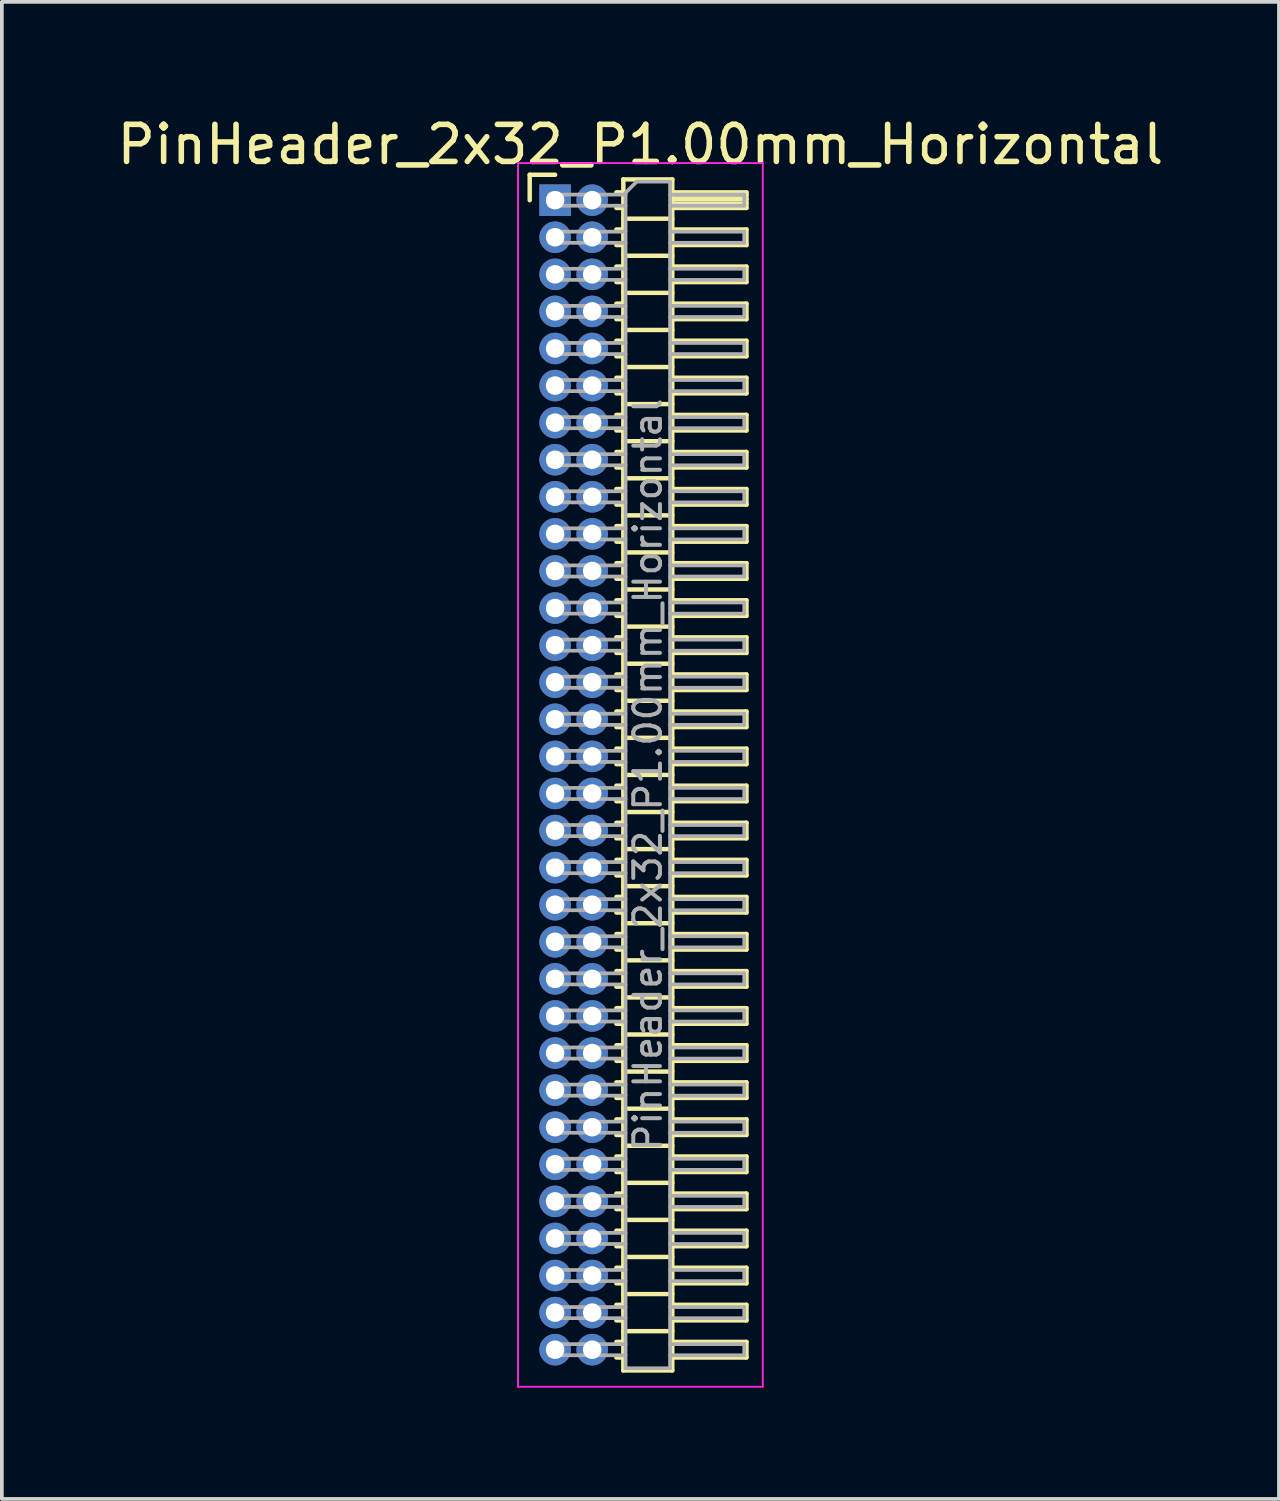
<source format=kicad_pcb>
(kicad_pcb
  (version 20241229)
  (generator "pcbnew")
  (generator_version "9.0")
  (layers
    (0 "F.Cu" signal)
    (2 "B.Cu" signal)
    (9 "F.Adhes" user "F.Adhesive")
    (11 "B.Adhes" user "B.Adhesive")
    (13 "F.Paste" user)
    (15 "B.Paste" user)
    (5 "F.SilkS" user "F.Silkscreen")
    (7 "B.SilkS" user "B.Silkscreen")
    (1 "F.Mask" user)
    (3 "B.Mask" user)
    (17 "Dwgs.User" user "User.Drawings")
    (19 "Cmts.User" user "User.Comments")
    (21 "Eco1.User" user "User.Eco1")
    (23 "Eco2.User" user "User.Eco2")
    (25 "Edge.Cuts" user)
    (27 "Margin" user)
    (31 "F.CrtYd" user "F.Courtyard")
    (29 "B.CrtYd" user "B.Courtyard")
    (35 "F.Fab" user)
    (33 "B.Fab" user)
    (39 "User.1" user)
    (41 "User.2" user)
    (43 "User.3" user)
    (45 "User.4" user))
  (footprint "PinHeader_2x32_P1.00mm_Horizontal"
    (layer "F.Cu")
    (at 11.92 2.348)
    (property "Reference" "PinHeader_2x32_P1.00mm_Horizontal" (at 2.3 -1.5 0) (layer "F.SilkS") (effects (font (size 1 1) (thickness 0.15))))
    (attr through_hole)
    (fp_line (start -0.685 -0.685) (end 0 -0.685) (stroke (width 0.12) (type solid)) (layer "F.SilkS"))
    (fp_line (start -0.685 0) (end -0.685 -0.685) (stroke (width 0.12) (type solid)) (layer "F.SilkS"))
    (fp_line (start 1.652 -0.21) (end 1.84 -0.21) (stroke (width 0.12) (type solid)) (layer "F.SilkS"))
    (fp_line (start 1.652 0.21) (end 1.84 0.21) (stroke (width 0.12) (type solid)) (layer "F.SilkS"))
    (fp_line (start 1.652 0.79) (end 1.84 0.79) (stroke (width 0.12) (type solid)) (layer "F.SilkS"))
    (fp_line (start 1.652 1.21) (end 1.84 1.21) (stroke (width 0.12) (type solid)) (layer "F.SilkS"))
    (fp_line (start 1.652 1.79) (end 1.84 1.79) (stroke (width 0.12) (type solid)) (layer "F.SilkS"))
    (fp_line (start 1.652 2.21) (end 1.84 2.21) (stroke (width 0.12) (type solid)) (layer "F.SilkS"))
    (fp_line (start 1.652 2.79) (end 1.84 2.79) (stroke (width 0.12) (type solid)) (layer "F.SilkS"))
    (fp_line (start 1.652 3.21) (end 1.84 3.21) (stroke (width 0.12) (type solid)) (layer "F.SilkS"))
    (fp_line (start 1.652 3.79) (end 1.84 3.79) (stroke (width 0.12) (type solid)) (layer "F.SilkS"))
    (fp_line (start 1.652 4.21) (end 1.84 4.21) (stroke (width 0.12) (type solid)) (layer "F.SilkS"))
    (fp_line (start 1.652 4.79) (end 1.84 4.79) (stroke (width 0.12) (type solid)) (layer "F.SilkS"))
    (fp_line (start 1.652 5.21) (end 1.84 5.21) (stroke (width 0.12) (type solid)) (layer "F.SilkS"))
    (fp_line (start 1.652 5.79) (end 1.84 5.79) (stroke (width 0.12) (type solid)) (layer "F.SilkS"))
    (fp_line (start 1.652 6.21) (end 1.84 6.21) (stroke (width 0.12) (type solid)) (layer "F.SilkS"))
    (fp_line (start 1.652 6.79) (end 1.84 6.79) (stroke (width 0.12) (type solid)) (layer "F.SilkS"))
    (fp_line (start 1.652 7.21) (end 1.84 7.21) (stroke (width 0.12) (type solid)) (layer "F.SilkS"))
    (fp_line (start 1.652 7.79) (end 1.84 7.79) (stroke (width 0.12) (type solid)) (layer "F.SilkS"))
    (fp_line (start 1.652 8.21) (end 1.84 8.21) (stroke (width 0.12) (type solid)) (layer "F.SilkS"))
    (fp_line (start 1.652 8.79) (end 1.84 8.79) (stroke (width 0.12) (type solid)) (layer "F.SilkS"))
    (fp_line (start 1.652 9.21) (end 1.84 9.21) (stroke (width 0.12) (type solid)) (layer "F.SilkS"))
    (fp_line (start 1.652 9.79) (end 1.84 9.79) (stroke (width 0.12) (type solid)) (layer "F.SilkS"))
    (fp_line (start 1.652 10.21) (end 1.84 10.21) (stroke (width 0.12) (type solid)) (layer "F.SilkS"))
    (fp_line (start 1.652 10.79) (end 1.84 10.79) (stroke (width 0.12) (type solid)) (layer "F.SilkS"))
    (fp_line (start 1.652 11.21) (end 1.84 11.21) (stroke (width 0.12) (type solid)) (layer "F.SilkS"))
    (fp_line (start 1.652 11.79) (end 1.84 11.79) (stroke (width 0.12) (type solid)) (layer "F.SilkS"))
    (fp_line (start 1.652 12.21) (end 1.84 12.21) (stroke (width 0.12) (type solid)) (layer "F.SilkS"))
    (fp_line (start 1.652 12.79) (end 1.84 12.79) (stroke (width 0.12) (type solid)) (layer "F.SilkS"))
    (fp_line (start 1.652 13.21) (end 1.84 13.21) (stroke (width 0.12) (type solid)) (layer "F.SilkS"))
    (fp_line (start 1.652 13.79) (end 1.84 13.79) (stroke (width 0.12) (type solid)) (layer "F.SilkS"))
    (fp_line (start 1.652 14.21) (end 1.84 14.21) (stroke (width 0.12) (type solid)) (layer "F.SilkS"))
    (fp_line (start 1.652 14.79) (end 1.84 14.79) (stroke (width 0.12) (type solid)) (layer "F.SilkS"))
    (fp_line (start 1.652 15.21) (end 1.84 15.21) (stroke (width 0.12) (type solid)) (layer "F.SilkS"))
    (fp_line (start 1.652 15.79) (end 1.84 15.79) (stroke (width 0.12) (type solid)) (layer "F.SilkS"))
    (fp_line (start 1.652 16.21) (end 1.84 16.21) (stroke (width 0.12) (type solid)) (layer "F.SilkS"))
    (fp_line (start 1.652 16.79) (end 1.84 16.79) (stroke (width 0.12) (type solid)) (layer "F.SilkS"))
    (fp_line (start 1.652 17.21) (end 1.84 17.21) (stroke (width 0.12) (type solid)) (layer "F.SilkS"))
    (fp_line (start 1.652 17.79) (end 1.84 17.79) (stroke (width 0.12) (type solid)) (layer "F.SilkS"))
    (fp_line (start 1.652 18.21) (end 1.84 18.21) (stroke (width 0.12) (type solid)) (layer "F.SilkS"))
    (fp_line (start 1.652 18.79) (end 1.84 18.79) (stroke (width 0.12) (type solid)) (layer "F.SilkS"))
    (fp_line (start 1.652 19.21) (end 1.84 19.21) (stroke (width 0.12) (type solid)) (layer "F.SilkS"))
    (fp_line (start 1.652 19.79) (end 1.84 19.79) (stroke (width 0.12) (type solid)) (layer "F.SilkS"))
    (fp_line (start 1.652 20.21) (end 1.84 20.21) (stroke (width 0.12) (type solid)) (layer "F.SilkS"))
    (fp_line (start 1.652 20.79) (end 1.84 20.79) (stroke (width 0.12) (type solid)) (layer "F.SilkS"))
    (fp_line (start 1.652 21.21) (end 1.84 21.21) (stroke (width 0.12) (type solid)) (layer "F.SilkS"))
    (fp_line (start 1.652 21.79) (end 1.84 21.79) (stroke (width 0.12) (type solid)) (layer "F.SilkS"))
    (fp_line (start 1.652 22.21) (end 1.84 22.21) (stroke (width 0.12) (type solid)) (layer "F.SilkS"))
    (fp_line (start 1.652 22.79) (end 1.84 22.79) (stroke (width 0.12) (type solid)) (layer "F.SilkS"))
    (fp_line (start 1.652 23.21) (end 1.84 23.21) (stroke (width 0.12) (type solid)) (layer "F.SilkS"))
    (fp_line (start 1.652 23.79) (end 1.84 23.79) (stroke (width 0.12) (type solid)) (layer "F.SilkS"))
    (fp_line (start 1.652 24.21) (end 1.84 24.21) (stroke (width 0.12) (type solid)) (layer "F.SilkS"))
    (fp_line (start 1.652 24.79) (end 1.84 24.79) (stroke (width 0.12) (type solid)) (layer "F.SilkS"))
    (fp_line (start 1.652 25.21) (end 1.84 25.21) (stroke (width 0.12) (type solid)) (layer "F.SilkS"))
    (fp_line (start 1.652 25.79) (end 1.84 25.79) (stroke (width 0.12) (type solid)) (layer "F.SilkS"))
    (fp_line (start 1.652 26.21) (end 1.84 26.21) (stroke (width 0.12) (type solid)) (layer "F.SilkS"))
    (fp_line (start 1.652 26.79) (end 1.84 26.79) (stroke (width 0.12) (type solid)) (layer "F.SilkS"))
    (fp_line (start 1.652 27.21) (end 1.84 27.21) (stroke (width 0.12) (type solid)) (layer "F.SilkS"))
    (fp_line (start 1.652 27.79) (end 1.84 27.79) (stroke (width 0.12) (type solid)) (layer "F.SilkS"))
    (fp_line (start 1.652 28.21) (end 1.84 28.21) (stroke (width 0.12) (type solid)) (layer "F.SilkS"))
    (fp_line (start 1.652 28.79) (end 1.84 28.79) (stroke (width 0.12) (type solid)) (layer "F.SilkS"))
    (fp_line (start 1.652 29.21) (end 1.84 29.21) (stroke (width 0.12) (type solid)) (layer "F.SilkS"))
    (fp_line (start 1.652 29.79) (end 1.84 29.79) (stroke (width 0.12) (type solid)) (layer "F.SilkS"))
    (fp_line (start 1.652 30.21) (end 1.84 30.21) (stroke (width 0.12) (type solid)) (layer "F.SilkS"))
    (fp_line (start 1.652 30.79) (end 1.84 30.79) (stroke (width 0.12) (type solid)) (layer "F.SilkS"))
    (fp_line (start 1.652 31.21) (end 1.84 31.21) (stroke (width 0.12) (type solid)) (layer "F.SilkS"))
    (fp_line (start 1.84 -0.56) (end 1.84 31.56) (stroke (width 0.12) (type solid)) (layer "F.SilkS"))
    (fp_line (start 1.84 0.5) (end 3.16 0.5) (stroke (width 0.12) (type solid)) (layer "F.SilkS"))
    (fp_line (start 1.84 1.5) (end 3.16 1.5) (stroke (width 0.12) (type solid)) (layer "F.SilkS"))
    (fp_line (start 1.84 2.5) (end 3.16 2.5) (stroke (width 0.12) (type solid)) (layer "F.SilkS"))
    (fp_line (start 1.84 3.5) (end 3.16 3.5) (stroke (width 0.12) (type solid)) (layer "F.SilkS"))
    (fp_line (start 1.84 4.5) (end 3.16 4.5) (stroke (width 0.12) (type solid)) (layer "F.SilkS"))
    (fp_line (start 1.84 5.5) (end 3.16 5.5) (stroke (width 0.12) (type solid)) (layer "F.SilkS"))
    (fp_line (start 1.84 6.5) (end 3.16 6.5) (stroke (width 0.12) (type solid)) (layer "F.SilkS"))
    (fp_line (start 1.84 7.5) (end 3.16 7.5) (stroke (width 0.12) (type solid)) (layer "F.SilkS"))
    (fp_line (start 1.84 8.5) (end 3.16 8.5) (stroke (width 0.12) (type solid)) (layer "F.SilkS"))
    (fp_line (start 1.84 9.5) (end 3.16 9.5) (stroke (width 0.12) (type solid)) (layer "F.SilkS"))
    (fp_line (start 1.84 10.5) (end 3.16 10.5) (stroke (width 0.12) (type solid)) (layer "F.SilkS"))
    (fp_line (start 1.84 11.5) (end 3.16 11.5) (stroke (width 0.12) (type solid)) (layer "F.SilkS"))
    (fp_line (start 1.84 12.5) (end 3.16 12.5) (stroke (width 0.12) (type solid)) (layer "F.SilkS"))
    (fp_line (start 1.84 13.5) (end 3.16 13.5) (stroke (width 0.12) (type solid)) (layer "F.SilkS"))
    (fp_line (start 1.84 14.5) (end 3.16 14.5) (stroke (width 0.12) (type solid)) (layer "F.SilkS"))
    (fp_line (start 1.84 15.5) (end 3.16 15.5) (stroke (width 0.12) (type solid)) (layer "F.SilkS"))
    (fp_line (start 1.84 16.5) (end 3.16 16.5) (stroke (width 0.12) (type solid)) (layer "F.SilkS"))
    (fp_line (start 1.84 17.5) (end 3.16 17.5) (stroke (width 0.12) (type solid)) (layer "F.SilkS"))
    (fp_line (start 1.84 18.5) (end 3.16 18.5) (stroke (width 0.12) (type solid)) (layer "F.SilkS"))
    (fp_line (start 1.84 19.5) (end 3.16 19.5) (stroke (width 0.12) (type solid)) (layer "F.SilkS"))
    (fp_line (start 1.84 20.5) (end 3.16 20.5) (stroke (width 0.12) (type solid)) (layer "F.SilkS"))
    (fp_line (start 1.84 21.5) (end 3.16 21.5) (stroke (width 0.12) (type solid)) (layer "F.SilkS"))
    (fp_line (start 1.84 22.5) (end 3.16 22.5) (stroke (width 0.12) (type solid)) (layer "F.SilkS"))
    (fp_line (start 1.84 23.5) (end 3.16 23.5) (stroke (width 0.12) (type solid)) (layer "F.SilkS"))
    (fp_line (start 1.84 24.5) (end 3.16 24.5) (stroke (width 0.12) (type solid)) (layer "F.SilkS"))
    (fp_line (start 1.84 25.5) (end 3.16 25.5) (stroke (width 0.12) (type solid)) (layer "F.SilkS"))
    (fp_line (start 1.84 26.5) (end 3.16 26.5) (stroke (width 0.12) (type solid)) (layer "F.SilkS"))
    (fp_line (start 1.84 27.5) (end 3.16 27.5) (stroke (width 0.12) (type solid)) (layer "F.SilkS"))
    (fp_line (start 1.84 28.5) (end 3.16 28.5) (stroke (width 0.12) (type solid)) (layer "F.SilkS"))
    (fp_line (start 1.84 29.5) (end 3.16 29.5) (stroke (width 0.12) (type solid)) (layer "F.SilkS"))
    (fp_line (start 1.84 30.5) (end 3.16 30.5) (stroke (width 0.12) (type solid)) (layer "F.SilkS"))
    (fp_line (start 1.84 31.56) (end 3.16 31.56) (stroke (width 0.12) (type solid)) (layer "F.SilkS"))
    (fp_line (start 3.16 -0.56) (end 1.84 -0.56) (stroke (width 0.12) (type solid)) (layer "F.SilkS"))
    (fp_line (start 3.16 -0.21) (end 5.16 -0.21) (stroke (width 0.12) (type solid)) (layer "F.SilkS"))
    (fp_line (start 3.16 -0.15) (end 5.16 -0.15) (stroke (width 0.12) (type solid)) (layer "F.SilkS"))
    (fp_line (start 3.16 -0.03) (end 5.16 -0.03) (stroke (width 0.12) (type solid)) (layer "F.SilkS"))
    (fp_line (start 3.16 0.09) (end 5.16 0.09) (stroke (width 0.12) (type solid)) (layer "F.SilkS"))
    (fp_line (start 3.16 0.79) (end 5.16 0.79) (stroke (width 0.12) (type solid)) (layer "F.SilkS"))
    (fp_line (start 3.16 1.79) (end 5.16 1.79) (stroke (width 0.12) (type solid)) (layer "F.SilkS"))
    (fp_line (start 3.16 2.79) (end 5.16 2.79) (stroke (width 0.12) (type solid)) (layer "F.SilkS"))
    (fp_line (start 3.16 3.79) (end 5.16 3.79) (stroke (width 0.12) (type solid)) (layer "F.SilkS"))
    (fp_line (start 3.16 4.79) (end 5.16 4.79) (stroke (width 0.12) (type solid)) (layer "F.SilkS"))
    (fp_line (start 3.16 5.79) (end 5.16 5.79) (stroke (width 0.12) (type solid)) (layer "F.SilkS"))
    (fp_line (start 3.16 6.79) (end 5.16 6.79) (stroke (width 0.12) (type solid)) (layer "F.SilkS"))
    (fp_line (start 3.16 7.79) (end 5.16 7.79) (stroke (width 0.12) (type solid)) (layer "F.SilkS"))
    (fp_line (start 3.16 8.79) (end 5.16 8.79) (stroke (width 0.12) (type solid)) (layer "F.SilkS"))
    (fp_line (start 3.16 9.79) (end 5.16 9.79) (stroke (width 0.12) (type solid)) (layer "F.SilkS"))
    (fp_line (start 3.16 10.79) (end 5.16 10.79) (stroke (width 0.12) (type solid)) (layer "F.SilkS"))
    (fp_line (start 3.16 11.79) (end 5.16 11.79) (stroke (width 0.12) (type solid)) (layer "F.SilkS"))
    (fp_line (start 3.16 12.79) (end 5.16 12.79) (stroke (width 0.12) (type solid)) (layer "F.SilkS"))
    (fp_line (start 3.16 13.79) (end 5.16 13.79) (stroke (width 0.12) (type solid)) (layer "F.SilkS"))
    (fp_line (start 3.16 14.79) (end 5.16 14.79) (stroke (width 0.12) (type solid)) (layer "F.SilkS"))
    (fp_line (start 3.16 15.79) (end 5.16 15.79) (stroke (width 0.12) (type solid)) (layer "F.SilkS"))
    (fp_line (start 3.16 16.79) (end 5.16 16.79) (stroke (width 0.12) (type solid)) (layer "F.SilkS"))
    (fp_line (start 3.16 17.79) (end 5.16 17.79) (stroke (width 0.12) (type solid)) (layer "F.SilkS"))
    (fp_line (start 3.16 18.79) (end 5.16 18.79) (stroke (width 0.12) (type solid)) (layer "F.SilkS"))
    (fp_line (start 3.16 19.79) (end 5.16 19.79) (stroke (width 0.12) (type solid)) (layer "F.SilkS"))
    (fp_line (start 3.16 20.79) (end 5.16 20.79) (stroke (width 0.12) (type solid)) (layer "F.SilkS"))
    (fp_line (start 3.16 21.79) (end 5.16 21.79) (stroke (width 0.12) (type solid)) (layer "F.SilkS"))
    (fp_line (start 3.16 22.79) (end 5.16 22.79) (stroke (width 0.12) (type solid)) (layer "F.SilkS"))
    (fp_line (start 3.16 23.79) (end 5.16 23.79) (stroke (width 0.12) (type solid)) (layer "F.SilkS"))
    (fp_line (start 3.16 24.79) (end 5.16 24.79) (stroke (width 0.12) (type solid)) (layer "F.SilkS"))
    (fp_line (start 3.16 25.79) (end 5.16 25.79) (stroke (width 0.12) (type solid)) (layer "F.SilkS"))
    (fp_line (start 3.16 26.79) (end 5.16 26.79) (stroke (width 0.12) (type solid)) (layer "F.SilkS"))
    (fp_line (start 3.16 27.79) (end 5.16 27.79) (stroke (width 0.12) (type solid)) (layer "F.SilkS"))
    (fp_line (start 3.16 28.79) (end 5.16 28.79) (stroke (width 0.12) (type solid)) (layer "F.SilkS"))
    (fp_line (start 3.16 29.79) (end 5.16 29.79) (stroke (width 0.12) (type solid)) (layer "F.SilkS"))
    (fp_line (start 3.16 30.79) (end 5.16 30.79) (stroke (width 0.12) (type solid)) (layer "F.SilkS"))
    (fp_line (start 3.16 31.56) (end 3.16 -0.56) (stroke (width 0.12) (type solid)) (layer "F.SilkS"))
    (fp_line (start 5.16 -0.21) (end 5.16 0.21) (stroke (width 0.12) (type solid)) (layer "F.SilkS"))
    (fp_line (start 5.16 0.21) (end 3.16 0.21) (stroke (width 0.12) (type solid)) (layer "F.SilkS"))
    (fp_line (start 5.16 0.79) (end 5.16 1.21) (stroke (width 0.12) (type solid)) (layer "F.SilkS"))
    (fp_line (start 5.16 1.21) (end 3.16 1.21) (stroke (width 0.12) (type solid)) (layer "F.SilkS"))
    (fp_line (start 5.16 1.79) (end 5.16 2.21) (stroke (width 0.12) (type solid)) (layer "F.SilkS"))
    (fp_line (start 5.16 2.21) (end 3.16 2.21) (stroke (width 0.12) (type solid)) (layer "F.SilkS"))
    (fp_line (start 5.16 2.79) (end 5.16 3.21) (stroke (width 0.12) (type solid)) (layer "F.SilkS"))
    (fp_line (start 5.16 3.21) (end 3.16 3.21) (stroke (width 0.12) (type solid)) (layer "F.SilkS"))
    (fp_line (start 5.16 3.79) (end 5.16 4.21) (stroke (width 0.12) (type solid)) (layer "F.SilkS"))
    (fp_line (start 5.16 4.21) (end 3.16 4.21) (stroke (width 0.12) (type solid)) (layer "F.SilkS"))
    (fp_line (start 5.16 4.79) (end 5.16 5.21) (stroke (width 0.12) (type solid)) (layer "F.SilkS"))
    (fp_line (start 5.16 5.21) (end 3.16 5.21) (stroke (width 0.12) (type solid)) (layer "F.SilkS"))
    (fp_line (start 5.16 5.79) (end 5.16 6.21) (stroke (width 0.12) (type solid)) (layer "F.SilkS"))
    (fp_line (start 5.16 6.21) (end 3.16 6.21) (stroke (width 0.12) (type solid)) (layer "F.SilkS"))
    (fp_line (start 5.16 6.79) (end 5.16 7.21) (stroke (width 0.12) (type solid)) (layer "F.SilkS"))
    (fp_line (start 5.16 7.21) (end 3.16 7.21) (stroke (width 0.12) (type solid)) (layer "F.SilkS"))
    (fp_line (start 5.16 7.79) (end 5.16 8.21) (stroke (width 0.12) (type solid)) (layer "F.SilkS"))
    (fp_line (start 5.16 8.21) (end 3.16 8.21) (stroke (width 0.12) (type solid)) (layer "F.SilkS"))
    (fp_line (start 5.16 8.79) (end 5.16 9.21) (stroke (width 0.12) (type solid)) (layer "F.SilkS"))
    (fp_line (start 5.16 9.21) (end 3.16 9.21) (stroke (width 0.12) (type solid)) (layer "F.SilkS"))
    (fp_line (start 5.16 9.79) (end 5.16 10.21) (stroke (width 0.12) (type solid)) (layer "F.SilkS"))
    (fp_line (start 5.16 10.21) (end 3.16 10.21) (stroke (width 0.12) (type solid)) (layer "F.SilkS"))
    (fp_line (start 5.16 10.79) (end 5.16 11.21) (stroke (width 0.12) (type solid)) (layer "F.SilkS"))
    (fp_line (start 5.16 11.21) (end 3.16 11.21) (stroke (width 0.12) (type solid)) (layer "F.SilkS"))
    (fp_line (start 5.16 11.79) (end 5.16 12.21) (stroke (width 0.12) (type solid)) (layer "F.SilkS"))
    (fp_line (start 5.16 12.21) (end 3.16 12.21) (stroke (width 0.12) (type solid)) (layer "F.SilkS"))
    (fp_line (start 5.16 12.79) (end 5.16 13.21) (stroke (width 0.12) (type solid)) (layer "F.SilkS"))
    (fp_line (start 5.16 13.21) (end 3.16 13.21) (stroke (width 0.12) (type solid)) (layer "F.SilkS"))
    (fp_line (start 5.16 13.79) (end 5.16 14.21) (stroke (width 0.12) (type solid)) (layer "F.SilkS"))
    (fp_line (start 5.16 14.21) (end 3.16 14.21) (stroke (width 0.12) (type solid)) (layer "F.SilkS"))
    (fp_line (start 5.16 14.79) (end 5.16 15.21) (stroke (width 0.12) (type solid)) (layer "F.SilkS"))
    (fp_line (start 5.16 15.21) (end 3.16 15.21) (stroke (width 0.12) (type solid)) (layer "F.SilkS"))
    (fp_line (start 5.16 15.79) (end 5.16 16.21) (stroke (width 0.12) (type solid)) (layer "F.SilkS"))
    (fp_line (start 5.16 16.21) (end 3.16 16.21) (stroke (width 0.12) (type solid)) (layer "F.SilkS"))
    (fp_line (start 5.16 16.79) (end 5.16 17.21) (stroke (width 0.12) (type solid)) (layer "F.SilkS"))
    (fp_line (start 5.16 17.21) (end 3.16 17.21) (stroke (width 0.12) (type solid)) (layer "F.SilkS"))
    (fp_line (start 5.16 17.79) (end 5.16 18.21) (stroke (width 0.12) (type solid)) (layer "F.SilkS"))
    (fp_line (start 5.16 18.21) (end 3.16 18.21) (stroke (width 0.12) (type solid)) (layer "F.SilkS"))
    (fp_line (start 5.16 18.79) (end 5.16 19.21) (stroke (width 0.12) (type solid)) (layer "F.SilkS"))
    (fp_line (start 5.16 19.21) (end 3.16 19.21) (stroke (width 0.12) (type solid)) (layer "F.SilkS"))
    (fp_line (start 5.16 19.79) (end 5.16 20.21) (stroke (width 0.12) (type solid)) (layer "F.SilkS"))
    (fp_line (start 5.16 20.21) (end 3.16 20.21) (stroke (width 0.12) (type solid)) (layer "F.SilkS"))
    (fp_line (start 5.16 20.79) (end 5.16 21.21) (stroke (width 0.12) (type solid)) (layer "F.SilkS"))
    (fp_line (start 5.16 21.21) (end 3.16 21.21) (stroke (width 0.12) (type solid)) (layer "F.SilkS"))
    (fp_line (start 5.16 21.79) (end 5.16 22.21) (stroke (width 0.12) (type solid)) (layer "F.SilkS"))
    (fp_line (start 5.16 22.21) (end 3.16 22.21) (stroke (width 0.12) (type solid)) (layer "F.SilkS"))
    (fp_line (start 5.16 22.79) (end 5.16 23.21) (stroke (width 0.12) (type solid)) (layer "F.SilkS"))
    (fp_line (start 5.16 23.21) (end 3.16 23.21) (stroke (width 0.12) (type solid)) (layer "F.SilkS"))
    (fp_line (start 5.16 23.79) (end 5.16 24.21) (stroke (width 0.12) (type solid)) (layer "F.SilkS"))
    (fp_line (start 5.16 24.21) (end 3.16 24.21) (stroke (width 0.12) (type solid)) (layer "F.SilkS"))
    (fp_line (start 5.16 24.79) (end 5.16 25.21) (stroke (width 0.12) (type solid)) (layer "F.SilkS"))
    (fp_line (start 5.16 25.21) (end 3.16 25.21) (stroke (width 0.12) (type solid)) (layer "F.SilkS"))
    (fp_line (start 5.16 25.79) (end 5.16 26.21) (stroke (width 0.12) (type solid)) (layer "F.SilkS"))
    (fp_line (start 5.16 26.21) (end 3.16 26.21) (stroke (width 0.12) (type solid)) (layer "F.SilkS"))
    (fp_line (start 5.16 26.79) (end 5.16 27.21) (stroke (width 0.12) (type solid)) (layer "F.SilkS"))
    (fp_line (start 5.16 27.21) (end 3.16 27.21) (stroke (width 0.12) (type solid)) (layer "F.SilkS"))
    (fp_line (start 5.16 27.79) (end 5.16 28.21) (stroke (width 0.12) (type solid)) (layer "F.SilkS"))
    (fp_line (start 5.16 28.21) (end 3.16 28.21) (stroke (width 0.12) (type solid)) (layer "F.SilkS"))
    (fp_line (start 5.16 28.79) (end 5.16 29.21) (stroke (width 0.12) (type solid)) (layer "F.SilkS"))
    (fp_line (start 5.16 29.21) (end 3.16 29.21) (stroke (width 0.12) (type solid)) (layer "F.SilkS"))
    (fp_line (start 5.16 29.79) (end 5.16 30.21) (stroke (width 0.12) (type solid)) (layer "F.SilkS"))
    (fp_line (start 5.16 30.21) (end 3.16 30.21) (stroke (width 0.12) (type solid)) (layer "F.SilkS"))
    (fp_line (start 5.16 30.79) (end 5.16 31.21) (stroke (width 0.12) (type solid)) (layer "F.SilkS"))
    (fp_line (start 5.16 31.21) (end 3.16 31.21) (stroke (width 0.12) (type solid)) (layer "F.SilkS"))
    (fp_line (start -1 -1) (end -1 32) (stroke (width 0.05) (type solid)) (layer "F.CrtYd"))
    (fp_line (start -1 32) (end 5.6 32) (stroke (width 0.05) (type solid)) (layer "F.CrtYd"))
    (fp_line (start 5.6 -1) (end -1 -1) (stroke (width 0.05) (type solid)) (layer "F.CrtYd"))
    (fp_line (start 5.6 32) (end 5.6 -1) (stroke (width 0.05) (type solid)) (layer "F.CrtYd"))
    (fp_line (start -0.15 -0.15) (end -0.15 0.15) (stroke (width 0.1) (type solid)) (layer "F.Fab"))
    (fp_line (start -0.15 -0.15) (end 1.9 -0.15) (stroke (width 0.1) (type solid)) (layer "F.Fab"))
    (fp_line (start -0.15 0.15) (end 1.9 0.15) (stroke (width 0.1) (type solid)) (layer "F.Fab"))
    (fp_line (start -0.15 0.85) (end -0.15 1.15) (stroke (width 0.1) (type solid)) (layer "F.Fab"))
    (fp_line (start -0.15 0.85) (end 1.9 0.85) (stroke (width 0.1) (type solid)) (layer "F.Fab"))
    (fp_line (start -0.15 1.15) (end 1.9 1.15) (stroke (width 0.1) (type solid)) (layer "F.Fab"))
    (fp_line (start -0.15 1.85) (end -0.15 2.15) (stroke (width 0.1) (type solid)) (layer "F.Fab"))
    (fp_line (start -0.15 1.85) (end 1.9 1.85) (stroke (width 0.1) (type solid)) (layer "F.Fab"))
    (fp_line (start -0.15 2.15) (end 1.9 2.15) (stroke (width 0.1) (type solid)) (layer "F.Fab"))
    (fp_line (start -0.15 2.85) (end -0.15 3.15) (stroke (width 0.1) (type solid)) (layer "F.Fab"))
    (fp_line (start -0.15 2.85) (end 1.9 2.85) (stroke (width 0.1) (type solid)) (layer "F.Fab"))
    (fp_line (start -0.15 3.15) (end 1.9 3.15) (stroke (width 0.1) (type solid)) (layer "F.Fab"))
    (fp_line (start -0.15 3.85) (end -0.15 4.15) (stroke (width 0.1) (type solid)) (layer "F.Fab"))
    (fp_line (start -0.15 3.85) (end 1.9 3.85) (stroke (width 0.1) (type solid)) (layer "F.Fab"))
    (fp_line (start -0.15 4.15) (end 1.9 4.15) (stroke (width 0.1) (type solid)) (layer "F.Fab"))
    (fp_line (start -0.15 4.85) (end -0.15 5.15) (stroke (width 0.1) (type solid)) (layer "F.Fab"))
    (fp_line (start -0.15 4.85) (end 1.9 4.85) (stroke (width 0.1) (type solid)) (layer "F.Fab"))
    (fp_line (start -0.15 5.15) (end 1.9 5.15) (stroke (width 0.1) (type solid)) (layer "F.Fab"))
    (fp_line (start -0.15 5.85) (end -0.15 6.15) (stroke (width 0.1) (type solid)) (layer "F.Fab"))
    (fp_line (start -0.15 5.85) (end 1.9 5.85) (stroke (width 0.1) (type solid)) (layer "F.Fab"))
    (fp_line (start -0.15 6.15) (end 1.9 6.15) (stroke (width 0.1) (type solid)) (layer "F.Fab"))
    (fp_line (start -0.15 6.85) (end -0.15 7.15) (stroke (width 0.1) (type solid)) (layer "F.Fab"))
    (fp_line (start -0.15 6.85) (end 1.9 6.85) (stroke (width 0.1) (type solid)) (layer "F.Fab"))
    (fp_line (start -0.15 7.15) (end 1.9 7.15) (stroke (width 0.1) (type solid)) (layer "F.Fab"))
    (fp_line (start -0.15 7.85) (end -0.15 8.15) (stroke (width 0.1) (type solid)) (layer "F.Fab"))
    (fp_line (start -0.15 7.85) (end 1.9 7.85) (stroke (width 0.1) (type solid)) (layer "F.Fab"))
    (fp_line (start -0.15 8.15) (end 1.9 8.15) (stroke (width 0.1) (type solid)) (layer "F.Fab"))
    (fp_line (start -0.15 8.85) (end -0.15 9.15) (stroke (width 0.1) (type solid)) (layer "F.Fab"))
    (fp_line (start -0.15 8.85) (end 1.9 8.85) (stroke (width 0.1) (type solid)) (layer "F.Fab"))
    (fp_line (start -0.15 9.15) (end 1.9 9.15) (stroke (width 0.1) (type solid)) (layer "F.Fab"))
    (fp_line (start -0.15 9.85) (end -0.15 10.15) (stroke (width 0.1) (type solid)) (layer "F.Fab"))
    (fp_line (start -0.15 9.85) (end 1.9 9.85) (stroke (width 0.1) (type solid)) (layer "F.Fab"))
    (fp_line (start -0.15 10.15) (end 1.9 10.15) (stroke (width 0.1) (type solid)) (layer "F.Fab"))
    (fp_line (start -0.15 10.85) (end -0.15 11.15) (stroke (width 0.1) (type solid)) (layer "F.Fab"))
    (fp_line (start -0.15 10.85) (end 1.9 10.85) (stroke (width 0.1) (type solid)) (layer "F.Fab"))
    (fp_line (start -0.15 11.15) (end 1.9 11.15) (stroke (width 0.1) (type solid)) (layer "F.Fab"))
    (fp_line (start -0.15 11.85) (end -0.15 12.15) (stroke (width 0.1) (type solid)) (layer "F.Fab"))
    (fp_line (start -0.15 11.85) (end 1.9 11.85) (stroke (width 0.1) (type solid)) (layer "F.Fab"))
    (fp_line (start -0.15 12.15) (end 1.9 12.15) (stroke (width 0.1) (type solid)) (layer "F.Fab"))
    (fp_line (start -0.15 12.85) (end -0.15 13.15) (stroke (width 0.1) (type solid)) (layer "F.Fab"))
    (fp_line (start -0.15 12.85) (end 1.9 12.85) (stroke (width 0.1) (type solid)) (layer "F.Fab"))
    (fp_line (start -0.15 13.15) (end 1.9 13.15) (stroke (width 0.1) (type solid)) (layer "F.Fab"))
    (fp_line (start -0.15 13.85) (end -0.15 14.15) (stroke (width 0.1) (type solid)) (layer "F.Fab"))
    (fp_line (start -0.15 13.85) (end 1.9 13.85) (stroke (width 0.1) (type solid)) (layer "F.Fab"))
    (fp_line (start -0.15 14.15) (end 1.9 14.15) (stroke (width 0.1) (type solid)) (layer "F.Fab"))
    (fp_line (start -0.15 14.85) (end -0.15 15.15) (stroke (width 0.1) (type solid)) (layer "F.Fab"))
    (fp_line (start -0.15 14.85) (end 1.9 14.85) (stroke (width 0.1) (type solid)) (layer "F.Fab"))
    (fp_line (start -0.15 15.15) (end 1.9 15.15) (stroke (width 0.1) (type solid)) (layer "F.Fab"))
    (fp_line (start -0.15 15.85) (end -0.15 16.15) (stroke (width 0.1) (type solid)) (layer "F.Fab"))
    (fp_line (start -0.15 15.85) (end 1.9 15.85) (stroke (width 0.1) (type solid)) (layer "F.Fab"))
    (fp_line (start -0.15 16.15) (end 1.9 16.15) (stroke (width 0.1) (type solid)) (layer "F.Fab"))
    (fp_line (start -0.15 16.85) (end -0.15 17.15) (stroke (width 0.1) (type solid)) (layer "F.Fab"))
    (fp_line (start -0.15 16.85) (end 1.9 16.85) (stroke (width 0.1) (type solid)) (layer "F.Fab"))
    (fp_line (start -0.15 17.15) (end 1.9 17.15) (stroke (width 0.1) (type solid)) (layer "F.Fab"))
    (fp_line (start -0.15 17.85) (end -0.15 18.15) (stroke (width 0.1) (type solid)) (layer "F.Fab"))
    (fp_line (start -0.15 17.85) (end 1.9 17.85) (stroke (width 0.1) (type solid)) (layer "F.Fab"))
    (fp_line (start -0.15 18.15) (end 1.9 18.15) (stroke (width 0.1) (type solid)) (layer "F.Fab"))
    (fp_line (start -0.15 18.85) (end -0.15 19.15) (stroke (width 0.1) (type solid)) (layer "F.Fab"))
    (fp_line (start -0.15 18.85) (end 1.9 18.85) (stroke (width 0.1) (type solid)) (layer "F.Fab"))
    (fp_line (start -0.15 19.15) (end 1.9 19.15) (stroke (width 0.1) (type solid)) (layer "F.Fab"))
    (fp_line (start -0.15 19.85) (end -0.15 20.15) (stroke (width 0.1) (type solid)) (layer "F.Fab"))
    (fp_line (start -0.15 19.85) (end 1.9 19.85) (stroke (width 0.1) (type solid)) (layer "F.Fab"))
    (fp_line (start -0.15 20.15) (end 1.9 20.15) (stroke (width 0.1) (type solid)) (layer "F.Fab"))
    (fp_line (start -0.15 20.85) (end -0.15 21.15) (stroke (width 0.1) (type solid)) (layer "F.Fab"))
    (fp_line (start -0.15 20.85) (end 1.9 20.85) (stroke (width 0.1) (type solid)) (layer "F.Fab"))
    (fp_line (start -0.15 21.15) (end 1.9 21.15) (stroke (width 0.1) (type solid)) (layer "F.Fab"))
    (fp_line (start -0.15 21.85) (end -0.15 22.15) (stroke (width 0.1) (type solid)) (layer "F.Fab"))
    (fp_line (start -0.15 21.85) (end 1.9 21.85) (stroke (width 0.1) (type solid)) (layer "F.Fab"))
    (fp_line (start -0.15 22.15) (end 1.9 22.15) (stroke (width 0.1) (type solid)) (layer "F.Fab"))
    (fp_line (start -0.15 22.85) (end -0.15 23.15) (stroke (width 0.1) (type solid)) (layer "F.Fab"))
    (fp_line (start -0.15 22.85) (end 1.9 22.85) (stroke (width 0.1) (type solid)) (layer "F.Fab"))
    (fp_line (start -0.15 23.15) (end 1.9 23.15) (stroke (width 0.1) (type solid)) (layer "F.Fab"))
    (fp_line (start -0.15 23.85) (end -0.15 24.15) (stroke (width 0.1) (type solid)) (layer "F.Fab"))
    (fp_line (start -0.15 23.85) (end 1.9 23.85) (stroke (width 0.1) (type solid)) (layer "F.Fab"))
    (fp_line (start -0.15 24.15) (end 1.9 24.15) (stroke (width 0.1) (type solid)) (layer "F.Fab"))
    (fp_line (start -0.15 24.85) (end -0.15 25.15) (stroke (width 0.1) (type solid)) (layer "F.Fab"))
    (fp_line (start -0.15 24.85) (end 1.9 24.85) (stroke (width 0.1) (type solid)) (layer "F.Fab"))
    (fp_line (start -0.15 25.15) (end 1.9 25.15) (stroke (width 0.1) (type solid)) (layer "F.Fab"))
    (fp_line (start -0.15 25.85) (end -0.15 26.15) (stroke (width 0.1) (type solid)) (layer "F.Fab"))
    (fp_line (start -0.15 25.85) (end 1.9 25.85) (stroke (width 0.1) (type solid)) (layer "F.Fab"))
    (fp_line (start -0.15 26.15) (end 1.9 26.15) (stroke (width 0.1) (type solid)) (layer "F.Fab"))
    (fp_line (start -0.15 26.85) (end -0.15 27.15) (stroke (width 0.1) (type solid)) (layer "F.Fab"))
    (fp_line (start -0.15 26.85) (end 1.9 26.85) (stroke (width 0.1) (type solid)) (layer "F.Fab"))
    (fp_line (start -0.15 27.15) (end 1.9 27.15) (stroke (width 0.1) (type solid)) (layer "F.Fab"))
    (fp_line (start -0.15 27.85) (end -0.15 28.15) (stroke (width 0.1) (type solid)) (layer "F.Fab"))
    (fp_line (start -0.15 27.85) (end 1.9 27.85) (stroke (width 0.1) (type solid)) (layer "F.Fab"))
    (fp_line (start -0.15 28.15) (end 1.9 28.15) (stroke (width 0.1) (type solid)) (layer "F.Fab"))
    (fp_line (start -0.15 28.85) (end -0.15 29.15) (stroke (width 0.1) (type solid)) (layer "F.Fab"))
    (fp_line (start -0.15 28.85) (end 1.9 28.85) (stroke (width 0.1) (type solid)) (layer "F.Fab"))
    (fp_line (start -0.15 29.15) (end 1.9 29.15) (stroke (width 0.1) (type solid)) (layer "F.Fab"))
    (fp_line (start -0.15 29.85) (end -0.15 30.15) (stroke (width 0.1) (type solid)) (layer "F.Fab"))
    (fp_line (start -0.15 29.85) (end 1.9 29.85) (stroke (width 0.1) (type solid)) (layer "F.Fab"))
    (fp_line (start -0.15 30.15) (end 1.9 30.15) (stroke (width 0.1) (type solid)) (layer "F.Fab"))
    (fp_line (start -0.15 30.85) (end -0.15 31.15) (stroke (width 0.1) (type solid)) (layer "F.Fab"))
    (fp_line (start -0.15 30.85) (end 1.9 30.85) (stroke (width 0.1) (type solid)) (layer "F.Fab"))
    (fp_line (start -0.15 31.15) (end 1.9 31.15) (stroke (width 0.1) (type solid)) (layer "F.Fab"))
    (fp_line (start 1.9 -0.2) (end 2.2 -0.5) (stroke (width 0.1) (type solid)) (layer "F.Fab"))
    (fp_line (start 1.9 31.5) (end 1.9 -0.2) (stroke (width 0.1) (type solid)) (layer "F.Fab"))
    (fp_line (start 2.2 -0.5) (end 3.1 -0.5) (stroke (width 0.1) (type solid)) (layer "F.Fab"))
    (fp_line (start 3.1 -0.5) (end 3.1 31.5) (stroke (width 0.1) (type solid)) (layer "F.Fab"))
    (fp_line (start 3.1 -0.15) (end 5.1 -0.15) (stroke (width 0.1) (type solid)) (layer "F.Fab"))
    (fp_line (start 3.1 0.15) (end 5.1 0.15) (stroke (width 0.1) (type solid)) (layer "F.Fab"))
    (fp_line (start 3.1 0.85) (end 5.1 0.85) (stroke (width 0.1) (type solid)) (layer "F.Fab"))
    (fp_line (start 3.1 1.15) (end 5.1 1.15) (stroke (width 0.1) (type solid)) (layer "F.Fab"))
    (fp_line (start 3.1 1.85) (end 5.1 1.85) (stroke (width 0.1) (type solid)) (layer "F.Fab"))
    (fp_line (start 3.1 2.15) (end 5.1 2.15) (stroke (width 0.1) (type solid)) (layer "F.Fab"))
    (fp_line (start 3.1 2.85) (end 5.1 2.85) (stroke (width 0.1) (type solid)) (layer "F.Fab"))
    (fp_line (start 3.1 3.15) (end 5.1 3.15) (stroke (width 0.1) (type solid)) (layer "F.Fab"))
    (fp_line (start 3.1 3.85) (end 5.1 3.85) (stroke (width 0.1) (type solid)) (layer "F.Fab"))
    (fp_line (start 3.1 4.15) (end 5.1 4.15) (stroke (width 0.1) (type solid)) (layer "F.Fab"))
    (fp_line (start 3.1 4.85) (end 5.1 4.85) (stroke (width 0.1) (type solid)) (layer "F.Fab"))
    (fp_line (start 3.1 5.15) (end 5.1 5.15) (stroke (width 0.1) (type solid)) (layer "F.Fab"))
    (fp_line (start 3.1 5.85) (end 5.1 5.85) (stroke (width 0.1) (type solid)) (layer "F.Fab"))
    (fp_line (start 3.1 6.15) (end 5.1 6.15) (stroke (width 0.1) (type solid)) (layer "F.Fab"))
    (fp_line (start 3.1 6.85) (end 5.1 6.85) (stroke (width 0.1) (type solid)) (layer "F.Fab"))
    (fp_line (start 3.1 7.15) (end 5.1 7.15) (stroke (width 0.1) (type solid)) (layer "F.Fab"))
    (fp_line (start 3.1 7.85) (end 5.1 7.85) (stroke (width 0.1) (type solid)) (layer "F.Fab"))
    (fp_line (start 3.1 8.15) (end 5.1 8.15) (stroke (width 0.1) (type solid)) (layer "F.Fab"))
    (fp_line (start 3.1 8.85) (end 5.1 8.85) (stroke (width 0.1) (type solid)) (layer "F.Fab"))
    (fp_line (start 3.1 9.15) (end 5.1 9.15) (stroke (width 0.1) (type solid)) (layer "F.Fab"))
    (fp_line (start 3.1 9.85) (end 5.1 9.85) (stroke (width 0.1) (type solid)) (layer "F.Fab"))
    (fp_line (start 3.1 10.15) (end 5.1 10.15) (stroke (width 0.1) (type solid)) (layer "F.Fab"))
    (fp_line (start 3.1 10.85) (end 5.1 10.85) (stroke (width 0.1) (type solid)) (layer "F.Fab"))
    (fp_line (start 3.1 11.15) (end 5.1 11.15) (stroke (width 0.1) (type solid)) (layer "F.Fab"))
    (fp_line (start 3.1 11.85) (end 5.1 11.85) (stroke (width 0.1) (type solid)) (layer "F.Fab"))
    (fp_line (start 3.1 12.15) (end 5.1 12.15) (stroke (width 0.1) (type solid)) (layer "F.Fab"))
    (fp_line (start 3.1 12.85) (end 5.1 12.85) (stroke (width 0.1) (type solid)) (layer "F.Fab"))
    (fp_line (start 3.1 13.15) (end 5.1 13.15) (stroke (width 0.1) (type solid)) (layer "F.Fab"))
    (fp_line (start 3.1 13.85) (end 5.1 13.85) (stroke (width 0.1) (type solid)) (layer "F.Fab"))
    (fp_line (start 3.1 14.15) (end 5.1 14.15) (stroke (width 0.1) (type solid)) (layer "F.Fab"))
    (fp_line (start 3.1 14.85) (end 5.1 14.85) (stroke (width 0.1) (type solid)) (layer "F.Fab"))
    (fp_line (start 3.1 15.15) (end 5.1 15.15) (stroke (width 0.1) (type solid)) (layer "F.Fab"))
    (fp_line (start 3.1 15.85) (end 5.1 15.85) (stroke (width 0.1) (type solid)) (layer "F.Fab"))
    (fp_line (start 3.1 16.15) (end 5.1 16.15) (stroke (width 0.1) (type solid)) (layer "F.Fab"))
    (fp_line (start 3.1 16.85) (end 5.1 16.85) (stroke (width 0.1) (type solid)) (layer "F.Fab"))
    (fp_line (start 3.1 17.15) (end 5.1 17.15) (stroke (width 0.1) (type solid)) (layer "F.Fab"))
    (fp_line (start 3.1 17.85) (end 5.1 17.85) (stroke (width 0.1) (type solid)) (layer "F.Fab"))
    (fp_line (start 3.1 18.15) (end 5.1 18.15) (stroke (width 0.1) (type solid)) (layer "F.Fab"))
    (fp_line (start 3.1 18.85) (end 5.1 18.85) (stroke (width 0.1) (type solid)) (layer "F.Fab"))
    (fp_line (start 3.1 19.15) (end 5.1 19.15) (stroke (width 0.1) (type solid)) (layer "F.Fab"))
    (fp_line (start 3.1 19.85) (end 5.1 19.85) (stroke (width 0.1) (type solid)) (layer "F.Fab"))
    (fp_line (start 3.1 20.15) (end 5.1 20.15) (stroke (width 0.1) (type solid)) (layer "F.Fab"))
    (fp_line (start 3.1 20.85) (end 5.1 20.85) (stroke (width 0.1) (type solid)) (layer "F.Fab"))
    (fp_line (start 3.1 21.15) (end 5.1 21.15) (stroke (width 0.1) (type solid)) (layer "F.Fab"))
    (fp_line (start 3.1 21.85) (end 5.1 21.85) (stroke (width 0.1) (type solid)) (layer "F.Fab"))
    (fp_line (start 3.1 22.15) (end 5.1 22.15) (stroke (width 0.1) (type solid)) (layer "F.Fab"))
    (fp_line (start 3.1 22.85) (end 5.1 22.85) (stroke (width 0.1) (type solid)) (layer "F.Fab"))
    (fp_line (start 3.1 23.15) (end 5.1 23.15) (stroke (width 0.1) (type solid)) (layer "F.Fab"))
    (fp_line (start 3.1 23.85) (end 5.1 23.85) (stroke (width 0.1) (type solid)) (layer "F.Fab"))
    (fp_line (start 3.1 24.15) (end 5.1 24.15) (stroke (width 0.1) (type solid)) (layer "F.Fab"))
    (fp_line (start 3.1 24.85) (end 5.1 24.85) (stroke (width 0.1) (type solid)) (layer "F.Fab"))
    (fp_line (start 3.1 25.15) (end 5.1 25.15) (stroke (width 0.1) (type solid)) (layer "F.Fab"))
    (fp_line (start 3.1 25.85) (end 5.1 25.85) (stroke (width 0.1) (type solid)) (layer "F.Fab"))
    (fp_line (start 3.1 26.15) (end 5.1 26.15) (stroke (width 0.1) (type solid)) (layer "F.Fab"))
    (fp_line (start 3.1 26.85) (end 5.1 26.85) (stroke (width 0.1) (type solid)) (layer "F.Fab"))
    (fp_line (start 3.1 27.15) (end 5.1 27.15) (stroke (width 0.1) (type solid)) (layer "F.Fab"))
    (fp_line (start 3.1 27.85) (end 5.1 27.85) (stroke (width 0.1) (type solid)) (layer "F.Fab"))
    (fp_line (start 3.1 28.15) (end 5.1 28.15) (stroke (width 0.1) (type solid)) (layer "F.Fab"))
    (fp_line (start 3.1 28.85) (end 5.1 28.85) (stroke (width 0.1) (type solid)) (layer "F.Fab"))
    (fp_line (start 3.1 29.15) (end 5.1 29.15) (stroke (width 0.1) (type solid)) (layer "F.Fab"))
    (fp_line (start 3.1 29.85) (end 5.1 29.85) (stroke (width 0.1) (type solid)) (layer "F.Fab"))
    (fp_line (start 3.1 30.15) (end 5.1 30.15) (stroke (width 0.1) (type solid)) (layer "F.Fab"))
    (fp_line (start 3.1 30.85) (end 5.1 30.85) (stroke (width 0.1) (type solid)) (layer "F.Fab"))
    (fp_line (start 3.1 31.15) (end 5.1 31.15) (stroke (width 0.1) (type solid)) (layer "F.Fab"))
    (fp_line (start 3.1 31.5) (end 1.9 31.5) (stroke (width 0.1) (type solid)) (layer "F.Fab"))
    (fp_line (start 5.1 -0.15) (end 5.1 0.15) (stroke (width 0.1) (type solid)) (layer "F.Fab"))
    (fp_line (start 5.1 0.85) (end 5.1 1.15) (stroke (width 0.1) (type solid)) (layer "F.Fab"))
    (fp_line (start 5.1 1.85) (end 5.1 2.15) (stroke (width 0.1) (type solid)) (layer "F.Fab"))
    (fp_line (start 5.1 2.85) (end 5.1 3.15) (stroke (width 0.1) (type solid)) (layer "F.Fab"))
    (fp_line (start 5.1 3.85) (end 5.1 4.15) (stroke (width 0.1) (type solid)) (layer "F.Fab"))
    (fp_line (start 5.1 4.85) (end 5.1 5.15) (stroke (width 0.1) (type solid)) (layer "F.Fab"))
    (fp_line (start 5.1 5.85) (end 5.1 6.15) (stroke (width 0.1) (type solid)) (layer "F.Fab"))
    (fp_line (start 5.1 6.85) (end 5.1 7.15) (stroke (width 0.1) (type solid)) (layer "F.Fab"))
    (fp_line (start 5.1 7.85) (end 5.1 8.15) (stroke (width 0.1) (type solid)) (layer "F.Fab"))
    (fp_line (start 5.1 8.85) (end 5.1 9.15) (stroke (width 0.1) (type solid)) (layer "F.Fab"))
    (fp_line (start 5.1 9.85) (end 5.1 10.15) (stroke (width 0.1) (type solid)) (layer "F.Fab"))
    (fp_line (start 5.1 10.85) (end 5.1 11.15) (stroke (width 0.1) (type solid)) (layer "F.Fab"))
    (fp_line (start 5.1 11.85) (end 5.1 12.15) (stroke (width 0.1) (type solid)) (layer "F.Fab"))
    (fp_line (start 5.1 12.85) (end 5.1 13.15) (stroke (width 0.1) (type solid)) (layer "F.Fab"))
    (fp_line (start 5.1 13.85) (end 5.1 14.15) (stroke (width 0.1) (type solid)) (layer "F.Fab"))
    (fp_line (start 5.1 14.85) (end 5.1 15.15) (stroke (width 0.1) (type solid)) (layer "F.Fab"))
    (fp_line (start 5.1 15.85) (end 5.1 16.15) (stroke (width 0.1) (type solid)) (layer "F.Fab"))
    (fp_line (start 5.1 16.85) (end 5.1 17.15) (stroke (width 0.1) (type solid)) (layer "F.Fab"))
    (fp_line (start 5.1 17.85) (end 5.1 18.15) (stroke (width 0.1) (type solid)) (layer "F.Fab"))
    (fp_line (start 5.1 18.85) (end 5.1 19.15) (stroke (width 0.1) (type solid)) (layer "F.Fab"))
    (fp_line (start 5.1 19.85) (end 5.1 20.15) (stroke (width 0.1) (type solid)) (layer "F.Fab"))
    (fp_line (start 5.1 20.85) (end 5.1 21.15) (stroke (width 0.1) (type solid)) (layer "F.Fab"))
    (fp_line (start 5.1 21.85) (end 5.1 22.15) (stroke (width 0.1) (type solid)) (layer "F.Fab"))
    (fp_line (start 5.1 22.85) (end 5.1 23.15) (stroke (width 0.1) (type solid)) (layer "F.Fab"))
    (fp_line (start 5.1 23.85) (end 5.1 24.15) (stroke (width 0.1) (type solid)) (layer "F.Fab"))
    (fp_line (start 5.1 24.85) (end 5.1 25.15) (stroke (width 0.1) (type solid)) (layer "F.Fab"))
    (fp_line (start 5.1 25.85) (end 5.1 26.15) (stroke (width 0.1) (type solid)) (layer "F.Fab"))
    (fp_line (start 5.1 26.85) (end 5.1 27.15) (stroke (width 0.1) (type solid)) (layer "F.Fab"))
    (fp_line (start 5.1 27.85) (end 5.1 28.15) (stroke (width 0.1) (type solid)) (layer "F.Fab"))
    (fp_line (start 5.1 28.85) (end 5.1 29.15) (stroke (width 0.1) (type solid)) (layer "F.Fab"))
    (fp_line (start 5.1 29.85) (end 5.1 30.15) (stroke (width 0.1) (type solid)) (layer "F.Fab"))
    (fp_line (start 5.1 30.85) (end 5.1 31.15) (stroke (width 0.1) (type solid)) (layer "F.Fab"))
    (fp_text user "${REFERENCE}" (at 2.5 15.5 90) (layer "F.Fab") (effects (font (size 0.72 0.72) (thickness 0.108))))
    (pad "1" thru_hole rect (at 0 0) (size 0.85 0.85) (drill 0.5) (layers "*.Cu" "*.Mask"))
    (pad "2" thru_hole oval (at 1 0) (size 0.85 0.85) (drill 0.5) (layers "*.Cu" "*.Mask"))
    (pad "3" thru_hole oval (at 0 1) (size 0.85 0.85) (drill 0.5) (layers "*.Cu" "*.Mask"))
    (pad "4" thru_hole oval (at 1 1) (size 0.85 0.85) (drill 0.5) (layers "*.Cu" "*.Mask"))
    (pad "5" thru_hole oval (at 0 2) (size 0.85 0.85) (drill 0.5) (layers "*.Cu" "*.Mask"))
    (pad "6" thru_hole oval (at 1 2) (size 0.85 0.85) (drill 0.5) (layers "*.Cu" "*.Mask"))
    (pad "7" thru_hole oval (at 0 3) (size 0.85 0.85) (drill 0.5) (layers "*.Cu" "*.Mask"))
    (pad "8" thru_hole oval (at 1 3) (size 0.85 0.85) (drill 0.5) (layers "*.Cu" "*.Mask"))
    (pad "9" thru_hole oval (at 0 4) (size 0.85 0.85) (drill 0.5) (layers "*.Cu" "*.Mask"))
    (pad "10" thru_hole oval (at 1 4) (size 0.85 0.85) (drill 0.5) (layers "*.Cu" "*.Mask"))
    (pad "11" thru_hole oval (at 0 5) (size 0.85 0.85) (drill 0.5) (layers "*.Cu" "*.Mask"))
    (pad "12" thru_hole oval (at 1 5) (size 0.85 0.85) (drill 0.5) (layers "*.Cu" "*.Mask"))
    (pad "13" thru_hole oval (at 0 6) (size 0.85 0.85) (drill 0.5) (layers "*.Cu" "*.Mask"))
    (pad "14" thru_hole oval (at 1 6) (size 0.85 0.85) (drill 0.5) (layers "*.Cu" "*.Mask"))
    (pad "15" thru_hole oval (at 0 7) (size 0.85 0.85) (drill 0.5) (layers "*.Cu" "*.Mask"))
    (pad "16" thru_hole oval (at 1 7) (size 0.85 0.85) (drill 0.5) (layers "*.Cu" "*.Mask"))
    (pad "17" thru_hole oval (at 0 8) (size 0.85 0.85) (drill 0.5) (layers "*.Cu" "*.Mask"))
    (pad "18" thru_hole oval (at 1 8) (size 0.85 0.85) (drill 0.5) (layers "*.Cu" "*.Mask"))
    (pad "19" thru_hole oval (at 0 9) (size 0.85 0.85) (drill 0.5) (layers "*.Cu" "*.Mask"))
    (pad "20" thru_hole oval (at 1 9) (size 0.85 0.85) (drill 0.5) (layers "*.Cu" "*.Mask"))
    (pad "21" thru_hole oval (at 0 10) (size 0.85 0.85) (drill 0.5) (layers "*.Cu" "*.Mask"))
    (pad "22" thru_hole oval (at 1 10) (size 0.85 0.85) (drill 0.5) (layers "*.Cu" "*.Mask"))
    (pad "23" thru_hole oval (at 0 11) (size 0.85 0.85) (drill 0.5) (layers "*.Cu" "*.Mask"))
    (pad "24" thru_hole oval (at 1 11) (size 0.85 0.85) (drill 0.5) (layers "*.Cu" "*.Mask"))
    (pad "25" thru_hole oval (at 0 12) (size 0.85 0.85) (drill 0.5) (layers "*.Cu" "*.Mask"))
    (pad "26" thru_hole oval (at 1 12) (size 0.85 0.85) (drill 0.5) (layers "*.Cu" "*.Mask"))
    (pad "27" thru_hole oval (at 0 13) (size 0.85 0.85) (drill 0.5) (layers "*.Cu" "*.Mask"))
    (pad "28" thru_hole oval (at 1 13) (size 0.85 0.85) (drill 0.5) (layers "*.Cu" "*.Mask"))
    (pad "29" thru_hole oval (at 0 14) (size 0.85 0.85) (drill 0.5) (layers "*.Cu" "*.Mask"))
    (pad "30" thru_hole oval (at 1 14) (size 0.85 0.85) (drill 0.5) (layers "*.Cu" "*.Mask"))
    (pad "31" thru_hole oval (at 0 15) (size 0.85 0.85) (drill 0.5) (layers "*.Cu" "*.Mask"))
    (pad "32" thru_hole oval (at 1 15) (size 0.85 0.85) (drill 0.5) (layers "*.Cu" "*.Mask"))
    (pad "33" thru_hole oval (at 0 16) (size 0.85 0.85) (drill 0.5) (layers "*.Cu" "*.Mask"))
    (pad "34" thru_hole oval (at 1 16) (size 0.85 0.85) (drill 0.5) (layers "*.Cu" "*.Mask"))
    (pad "35" thru_hole oval (at 0 17) (size 0.85 0.85) (drill 0.5) (layers "*.Cu" "*.Mask"))
    (pad "36" thru_hole oval (at 1 17) (size 0.85 0.85) (drill 0.5) (layers "*.Cu" "*.Mask"))
    (pad "37" thru_hole oval (at 0 18) (size 0.85 0.85) (drill 0.5) (layers "*.Cu" "*.Mask"))
    (pad "38" thru_hole oval (at 1 18) (size 0.85 0.85) (drill 0.5) (layers "*.Cu" "*.Mask"))
    (pad "39" thru_hole oval (at 0 19) (size 0.85 0.85) (drill 0.5) (layers "*.Cu" "*.Mask"))
    (pad "40" thru_hole oval (at 1 19) (size 0.85 0.85) (drill 0.5) (layers "*.Cu" "*.Mask"))
    (pad "41" thru_hole oval (at 0 20) (size 0.85 0.85) (drill 0.5) (layers "*.Cu" "*.Mask"))
    (pad "42" thru_hole oval (at 1 20) (size 0.85 0.85) (drill 0.5) (layers "*.Cu" "*.Mask"))
    (pad "43" thru_hole oval (at 0 21) (size 0.85 0.85) (drill 0.5) (layers "*.Cu" "*.Mask"))
    (pad "44" thru_hole oval (at 1 21) (size 0.85 0.85) (drill 0.5) (layers "*.Cu" "*.Mask"))
    (pad "45" thru_hole oval (at 0 22) (size 0.85 0.85) (drill 0.5) (layers "*.Cu" "*.Mask"))
    (pad "46" thru_hole oval (at 1 22) (size 0.85 0.85) (drill 0.5) (layers "*.Cu" "*.Mask"))
    (pad "47" thru_hole oval (at 0 23) (size 0.85 0.85) (drill 0.5) (layers "*.Cu" "*.Mask"))
    (pad "48" thru_hole oval (at 1 23) (size 0.85 0.85) (drill 0.5) (layers "*.Cu" "*.Mask"))
    (pad "49" thru_hole oval (at 0 24) (size 0.85 0.85) (drill 0.5) (layers "*.Cu" "*.Mask"))
    (pad "50" thru_hole oval (at 1 24) (size 0.85 0.85) (drill 0.5) (layers "*.Cu" "*.Mask"))
    (pad "51" thru_hole oval (at 0 25) (size 0.85 0.85) (drill 0.5) (layers "*.Cu" "*.Mask"))
    (pad "52" thru_hole oval (at 1 25) (size 0.85 0.85) (drill 0.5) (layers "*.Cu" "*.Mask"))
    (pad "53" thru_hole oval (at 0 26) (size 0.85 0.85) (drill 0.5) (layers "*.Cu" "*.Mask"))
    (pad "54" thru_hole oval (at 1 26) (size 0.85 0.85) (drill 0.5) (layers "*.Cu" "*.Mask"))
    (pad "55" thru_hole oval (at 0 27) (size 0.85 0.85) (drill 0.5) (layers "*.Cu" "*.Mask"))
    (pad "56" thru_hole oval (at 1 27) (size 0.85 0.85) (drill 0.5) (layers "*.Cu" "*.Mask"))
    (pad "57" thru_hole oval (at 0 28) (size 0.85 0.85) (drill 0.5) (layers "*.Cu" "*.Mask"))
    (pad "58" thru_hole oval (at 1 28) (size 0.85 0.85) (drill 0.5) (layers "*.Cu" "*.Mask"))
    (pad "59" thru_hole oval (at 0 29) (size 0.85 0.85) (drill 0.5) (layers "*.Cu" "*.Mask"))
    (pad "60" thru_hole oval (at 1 29) (size 0.85 0.85) (drill 0.5) (layers "*.Cu" "*.Mask"))
    (pad "61" thru_hole oval (at 0 30) (size 0.85 0.85) (drill 0.5) (layers "*.Cu" "*.Mask"))
    (pad "62" thru_hole oval (at 1 30) (size 0.85 0.85) (drill 0.5) (layers "*.Cu" "*.Mask"))
    (pad "63" thru_hole oval (at 0 31) (size 0.85 0.85) (drill 0.5) (layers "*.Cu" "*.Mask"))
    (pad "64" thru_hole oval (at 1 31) (size 0.85 0.85) (drill 0.5) (layers "*.Cu" "*.Mask")))
  (gr_rect
    (start -3 -3)
    (end 31.44 37.373)
    (stroke (width 0.1) (type default))
    (fill no)
    (layer "Edge.Cuts")))
</source>
